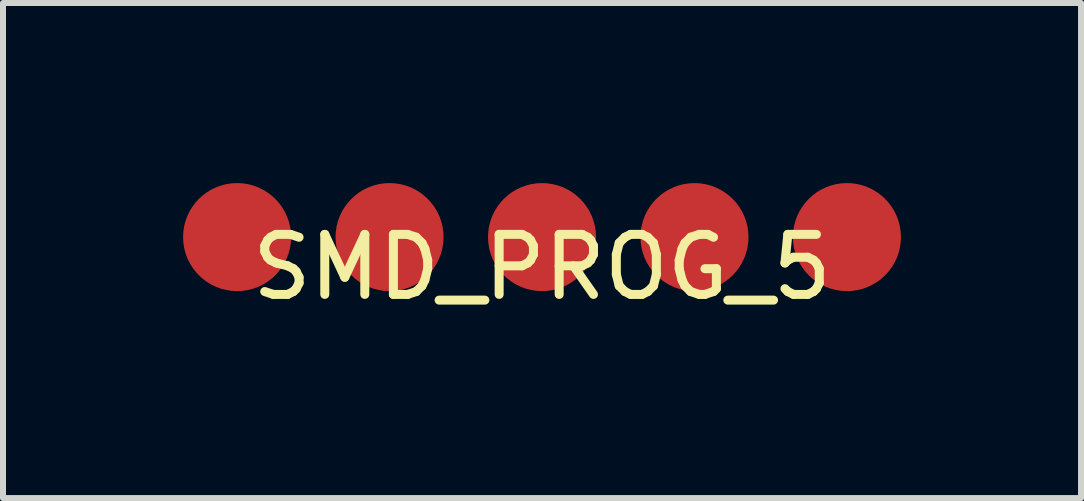
<source format=kicad_pcb>
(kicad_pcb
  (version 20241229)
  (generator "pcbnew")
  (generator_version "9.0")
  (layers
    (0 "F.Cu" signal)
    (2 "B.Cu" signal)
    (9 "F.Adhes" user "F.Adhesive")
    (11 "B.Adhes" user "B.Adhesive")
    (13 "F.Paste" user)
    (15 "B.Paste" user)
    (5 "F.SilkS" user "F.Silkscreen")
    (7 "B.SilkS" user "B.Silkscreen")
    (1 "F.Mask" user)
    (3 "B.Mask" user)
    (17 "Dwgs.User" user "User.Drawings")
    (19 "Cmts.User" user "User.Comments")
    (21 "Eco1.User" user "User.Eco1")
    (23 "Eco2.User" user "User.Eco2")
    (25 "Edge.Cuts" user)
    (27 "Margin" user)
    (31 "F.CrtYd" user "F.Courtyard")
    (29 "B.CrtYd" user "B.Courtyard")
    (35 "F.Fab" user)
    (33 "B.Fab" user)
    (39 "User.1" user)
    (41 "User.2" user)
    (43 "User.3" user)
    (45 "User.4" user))
  (footprint "SMD_PROG_5"
    (layer "F.Cu")
    (at 5.98 0.9)
    (property "Reference" "SMD_PROG_5" (at 0 0.5 0) (layer "F.SilkS") (effects (font (size 1 1) (thickness 0.15))))
    (attr through_hole)
    (pad "1" connect circle (at -5.08 0) (size 1.8 1.8) (layers "F.Cu" "F.Mask"))
    (pad "2" connect circle (at -2.54 0) (size 1.8 1.8) (layers "F.Cu" "F.Mask"))
    (pad "3" connect circle (at 0 0) (size 1.8 1.8) (layers "F.Cu" "F.Mask"))
    (pad "4" connect circle (at 2.54 0) (size 1.8 1.8) (layers "F.Cu" "F.Mask"))
    (pad "5" connect circle (at 5.08 0) (size 1.8 1.8) (layers "F.Cu" "F.Mask")))
  (gr_rect
    (start -3 -3)
    (end 14.96 5.248)
    (stroke (width 0.1) (type default))
    (fill no)
    (layer "Edge.Cuts")))
</source>
